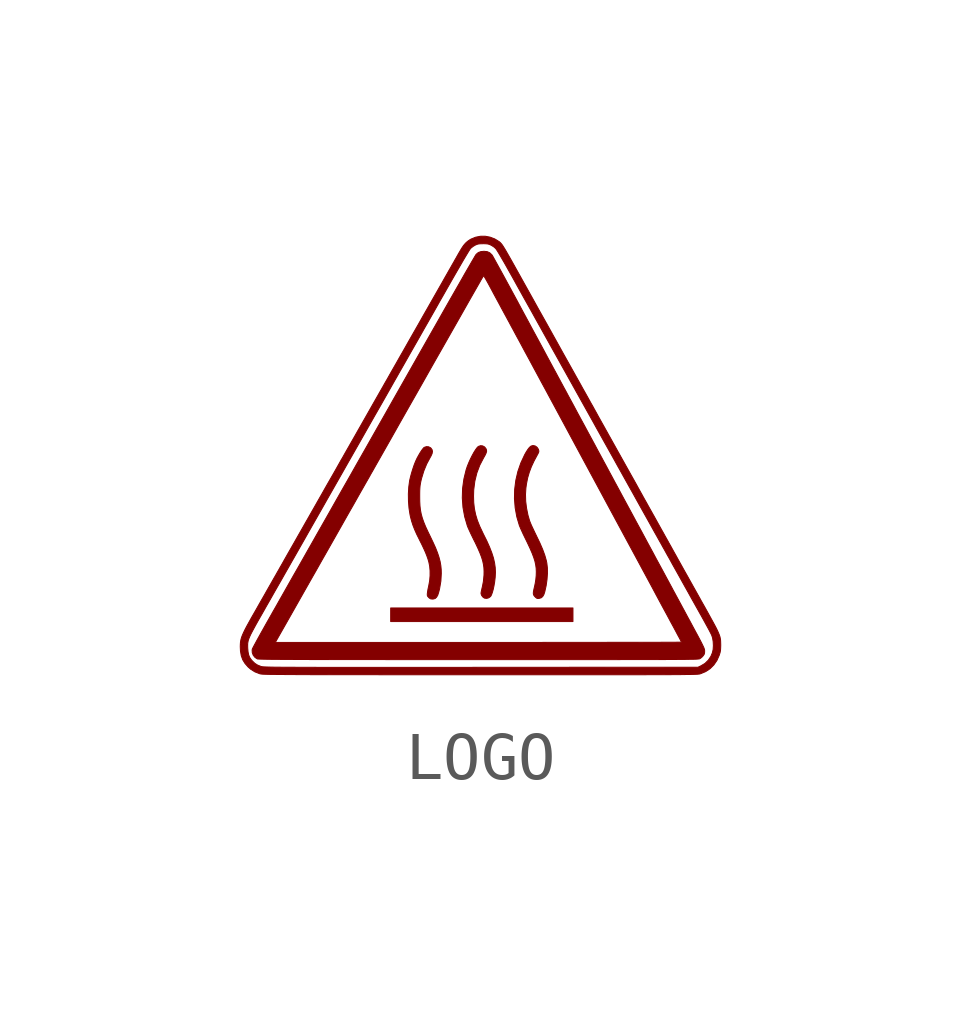
<source format=kicad_sym>
(kicad_symbol_lib
  (version 20220914)
  (generator "bitmap2component")
  (generator_version "8.0")
  (symbol "LOGO"
    (pin_names
      (offset 1.016))
    (property "Reference" "#G"
      (at 0 3.932 0)
      (effects (font (size 1.27 1.27)) hide))
    (symbol "LOGO_0_0"
      (polyline (pts (xy 2.387 -4.566) (xy 2.611 -4.566) (xy 2.82 -4.566) (xy 3.012 -4.566) (xy 3.189 -4.566) (xy 3.352 -4.566) (xy 3.502 -4.565) (xy 3.638 -4.565) (xy 3.762 -4.565) (xy 3.874 -4.564) (xy 3.974 -4.564) (xy 4.065 -4.563) (xy 4.145 -4.563) (xy 4.216 -4.562) (xy 4.278 -4.561) (xy 4.332 -4.561) (xy 4.379 -4.56) (xy 4.419 -4.559) (xy 4.452 -4.558) (xy 4.48 -4.557) (xy 4.503 -4.556) (xy 4.522 -4.555) (xy 4.537 -4.553) (xy 4.549 -4.552) (xy 4.559 -4.551) (xy 4.567 -4.549) (xy 4.573 -4.547) (xy 4.579 -4.545) (xy 4.584 -4.544) (xy 4.689 -4.5) (xy 4.781 -4.439) (xy 4.859 -4.361) (xy 4.923 -4.268) (xy 4.971 -4.16) (xy 4.976 -4.144) (xy 4.989 -4.101) (xy 4.997 -4.061) (xy 5 -4.016) (xy 5.002 -3.957) (xy 5.002 -3.938) (xy 5.001 -3.902) (xy 5 -3.869) (xy 4.998 -3.838) (xy 4.993 -3.808) (xy 4.986 -3.776) (xy 4.974 -3.74) (xy 4.958 -3.7) (xy 4.938 -3.654) (xy 4.912 -3.6) (xy 4.879 -3.537) (xy 4.839 -3.463) (xy 4.791 -3.376) (xy 4.735 -3.274) (xy 4.67 -3.157) (xy 4.594 -3.023) (xy 4.569 -2.977) (xy 4.507 -2.866) (xy 4.442 -2.75) (xy 4.376 -2.632) (xy 4.312 -2.517) (xy 4.251 -2.409) (xy 4.197 -2.312) (xy 4.151 -2.229) (xy 4.117 -2.169) (xy 4.075 -2.092) (xy 4.035 -2.021) (xy 4 -1.958) (xy 3.972 -1.907) (xy 3.951 -1.869) (xy 3.939 -1.849) (xy 3.939 -1.848) (xy 3.924 -1.822) (xy 3.902 -1.781) (xy 3.873 -1.73) (xy 3.84 -1.671) (xy 3.806 -1.609) (xy 3.802 -1.602) (xy 3.768 -1.542) (xy 3.728 -1.47) (xy 3.684 -1.391) (xy 3.637 -1.306) (xy 3.588 -1.219) (xy 3.54 -1.133) (xy 3.494 -1.051) (xy 3.452 -0.975) (xy 3.415 -0.91) (xy 3.386 -0.858) (xy 3.366 -0.821) (xy 3.356 -0.803) (xy 3.333 -0.762) (xy 3.306 -0.713) (xy 3.278 -0.663) (xy 3.271 -0.65) (xy 3.246 -0.604) (xy 3.213 -0.545) (xy 3.175 -0.477) (xy 3.135 -0.406) (xy 3.095 -0.334) (xy 3.091 -0.327) (xy 3.046 -0.247) (xy 2.997 -0.159) (xy 2.947 -0.07) (xy 2.901 0.013) (xy 2.861 0.084) (xy 2.856 0.093) (xy 2.816 0.165) (xy 2.769 0.249) (xy 2.719 0.339) (xy 2.67 0.426) (xy 2.626 0.506) (xy 2.61 0.534) (xy 2.57 0.606) (xy 2.53 0.677) (xy 2.494 0.742) (xy 2.463 0.797) (xy 2.441 0.837) (xy 2.428 0.861) (xy 2.396 0.919) (xy 2.363 0.978) (xy 2.336 1.028) (xy 2.329 1.04) (xy 2.294 1.101) (xy 2.25 1.181) (xy 2.197 1.276) (xy 2.135 1.386) (xy 2.066 1.511) (xy 1.989 1.648) (xy 1.906 1.797) (xy 1.817 1.956) (xy 1.723 2.124) (xy 1.625 2.301) (xy 1.523 2.484) (xy 1.418 2.673) (xy 1.31 2.866) (xy 1.2 3.062) (xy 1.09 3.261) (xy 0.979 3.46) (xy 0.868 3.659) (xy 0.827 3.733) (xy 0.756 3.86) (xy 0.694 3.971) (xy 0.641 4.066) (xy 0.595 4.147) (xy 0.556 4.215) (xy 0.524 4.271) (xy 0.496 4.317) (xy 0.473 4.354) (xy 0.454 4.383) (xy 0.436 4.406) (xy 0.421 4.423) (xy 0.407 4.437) (xy 0.393 4.449) (xy 0.378 4.459) (xy 0.362 4.469) (xy 0.343 4.481) (xy 0.294 4.51) (xy 0.199 4.546) (xy 0.098 4.565) (xy -0.004 4.564) (xy -0.103 4.544) (xy -0.196 4.506) (xy -0.222 4.491) (xy -0.27 4.458) (xy -0.312 4.42) (xy -0.353 4.372) (xy -0.394 4.311) (xy -0.44 4.233) (xy -0.449 4.218) (xy -0.463 4.194) (xy -0.477 4.168) (xy -0.494 4.139) (xy -0.512 4.106) (xy -0.534 4.069) (xy -0.558 4.025) (xy -0.587 3.975) (xy -0.619 3.918) (xy -0.657 3.852) (xy -0.7 3.776) (xy -0.749 3.69) (xy -0.804 3.592) (xy -0.867 3.482) (xy -0.937 3.359) (xy -1.015 3.222) (xy -1.102 3.069) (xy -1.198 2.901) (xy -1.303 2.715) (xy -1.419 2.512) (xy -1.462 2.437) (xy -1.535 2.308) (xy -1.609 2.177) (xy -1.683 2.048) (xy -1.754 1.922) (xy -1.823 1.802) (xy -1.886 1.691) (xy -1.942 1.591) (xy -1.992 1.505) (xy -2.031 1.435) (xy -2.046 1.409) (xy -2.106 1.304) (xy -2.172 1.188) (xy -2.241 1.067) (xy -2.309 0.947) (xy -2.373 0.834) (xy -2.43 0.734) (xy -2.442 0.713) (xy -2.494 0.621) (xy -2.554 0.516) (xy -2.619 0.401) (xy -2.687 0.282) (xy -2.755 0.163) (xy -2.821 0.047) (xy -2.881 -0.06) (xy -2.892 -0.077) (xy -2.955 -0.189) (xy -3.023 -0.31) (xy -3.095 -0.436) (xy -3.167 -0.561) (xy -3.236 -0.682) (xy -3.299 -0.794) (xy -3.355 -0.892) (xy -3.4 -0.971) (xy -3.459 -1.075) (xy -3.52 -1.182) (xy -3.58 -1.288) (xy -3.638 -1.389) (xy -3.689 -1.479) (xy -3.732 -1.555) (xy -3.795 -1.665) (xy -3.881 -1.817) (xy -3.957 -1.95) (xy -4.022 -2.064) (xy -4.076 -2.159) (xy -4.119 -2.236) (xy -4.152 -2.294) (xy -4.175 -2.333) (xy -4.186 -2.354) (xy -4.189 -2.359) (xy -4.206 -2.389) (xy -4.232 -2.434) (xy -4.265 -2.493) (xy -4.305 -2.562) (xy -4.349 -2.64) (xy -4.397 -2.724) (xy -4.447 -2.812) (xy -4.497 -2.901) (xy -4.547 -2.988) (xy -4.595 -3.072) (xy -4.639 -3.15) (xy -4.678 -3.219) (xy -4.702 -3.261) (xy -4.767 -3.374) (xy -4.821 -3.472) (xy -4.867 -3.555) (xy -4.904 -3.626) (xy -4.933 -3.686) (xy -4.956 -3.738) (xy -4.974 -3.784) (xy -4.986 -3.825) (xy -4.994 -3.863) (xy -4.999 -3.901) (xy -5.001 -3.94) (xy -5.001 -3.941) (xy -4.848 -3.941) (xy -4.847 -3.911) (xy -4.842 -3.881) (xy -4.835 -3.849) (xy -4.823 -3.814) (xy -4.806 -3.773) (xy -4.784 -3.725) (xy -4.755 -3.669) (xy -4.719 -3.602) (xy -4.676 -3.523) (xy -4.624 -3.43) (xy -4.562 -3.322) (xy -4.491 -3.197) (xy -4.477 -3.171) (xy -4.439 -3.105) (xy -4.392 -3.023) (xy -4.338 -2.928) (xy -4.277 -2.82) (xy -4.21 -2.703) (xy -4.139 -2.579) (xy -4.066 -2.45) (xy -3.99 -2.317) (xy -3.914 -2.183) (xy -3.838 -2.05) (xy -3.804 -1.99) (xy -3.737 -1.872) (xy -3.668 -1.751) (xy -3.597 -1.625) (xy -3.523 -1.495) (xy -3.445 -1.358) (xy -3.363 -1.214) (xy -3.277 -1.063) (xy -3.186 -0.902) (xy -3.089 -0.732) (xy -2.986 -0.551) (xy -2.876 -0.358) (xy -2.76 -0.153) (xy -2.635 0.066) (xy -2.503 0.298) (xy -2.362 0.547) (xy -2.212 0.811) (xy -2.051 1.092) (xy -1.881 1.392) (xy -1.846 1.454) (xy -1.794 1.546) (xy -1.735 1.649) (xy -1.671 1.762) (xy -1.604 1.879) (xy -1.537 1.997) (xy -1.471 2.114) (xy -1.408 2.224) (xy -1.371 2.289) (xy -1.311 2.394) (xy -1.243 2.514) (xy -1.169 2.645) (xy -1.09 2.783) (xy -1.008 2.927) (xy -0.925 3.073) (xy -0.843 3.219) (xy -0.762 3.36) (xy -0.685 3.496) (xy -0.666 3.529) (xy -0.596 3.652) (xy -0.529 3.769) (xy -0.466 3.878) (xy -0.408 3.978) (xy -0.356 4.068) (xy -0.31 4.145) (xy -0.271 4.21) (xy -0.241 4.259) (xy -0.219 4.293) (xy -0.208 4.309) (xy -0.189 4.326) (xy -0.15 4.356) (xy -0.109 4.38) (xy -0.096 4.386) (xy -0.066 4.398) (xy -0.035 4.405) (xy 0.002 4.408) (xy 0.054 4.409) (xy 0.077 4.409) (xy 0.122 4.407) (xy 0.156 4.403) (xy 0.185 4.394) (xy 0.217 4.38) (xy 0.242 4.366) (xy 0.284 4.338) (xy 0.316 4.309) (xy 0.327 4.295) (xy 0.348 4.263) (xy 0.377 4.216) (xy 0.413 4.155) (xy 0.455 4.083) (xy 0.502 4.002) (xy 0.551 3.915) (xy 0.603 3.822) (xy 0.628 3.778) (xy 0.689 3.669) (xy 0.755 3.549) (xy 0.827 3.42) (xy 0.903 3.283) (xy 0.983 3.14) (xy 1.065 2.994) (xy 1.148 2.844) (xy 1.232 2.694) (xy 1.315 2.544) (xy 1.397 2.397) (xy 1.477 2.253) (xy 1.554 2.116) (xy 1.627 1.985) (xy 1.694 1.864) (xy 1.756 1.754) (xy 1.811 1.655) (xy 1.858 1.571) (xy 1.896 1.503) (xy 1.925 1.452) (xy 1.927 1.446) (xy 1.95 1.407) (xy 1.981 1.35) (xy 2.022 1.277) (xy 2.071 1.189) (xy 2.128 1.087) (xy 2.192 0.972) (xy 2.262 0.847) (xy 2.338 0.711) (xy 2.418 0.566) (xy 2.503 0.414) (xy 2.591 0.256) (xy 2.683 0.092) (xy 2.776 -0.075) (xy 2.87 -0.245) (xy 2.889 -0.278) (xy 2.983 -0.447) (xy 3.076 -0.614) (xy 3.167 -0.776) (xy 3.254 -0.933) (xy 3.338 -1.084) (xy 3.418 -1.227) (xy 3.493 -1.361) (xy 3.562 -1.485) (xy 3.624 -1.597) (xy 3.68 -1.696) (xy 3.727 -1.781) (xy 3.767 -1.851) (xy 3.796 -1.905) (xy 3.817 -1.941) (xy 3.848 -1.997) (xy 3.891 -2.075) (xy 3.941 -2.163) (xy 3.994 -2.26) (xy 4.05 -2.36) (xy 4.106 -2.46) (xy 4.159 -2.555) (xy 4.191 -2.613) (xy 4.254 -2.726) (xy 4.322 -2.847) (xy 4.391 -2.972) (xy 4.46 -3.095) (xy 4.524 -3.209) (xy 4.581 -3.311) (xy 4.587 -3.321) (xy 4.634 -3.406) (xy 4.678 -3.486) (xy 4.719 -3.561) (xy 4.755 -3.627) (xy 4.783 -3.681) (xy 4.804 -3.722) (xy 4.815 -3.746) (xy 4.832 -3.798) (xy 4.845 -3.877) (xy 4.849 -3.96) (xy 4.844 -4.04) (xy 4.828 -4.109) (xy 4.798 -4.181) (xy 4.743 -4.263) (xy 4.674 -4.33) (xy 4.59 -4.38) (xy 4.529 -4.409) (xy 0.011 -4.411) (xy -0.308 -4.412) (xy -0.664 -4.412) (xy -0.999 -4.412) (xy -1.314 -4.412) (xy -1.609 -4.412) (xy -1.886 -4.412) (xy -2.145 -4.412) (xy -2.386 -4.412) (xy -2.611 -4.412) (xy -2.819 -4.412) (xy -3.012 -4.412) (xy -3.19 -4.412) (xy -3.353 -4.412) (xy -3.502 -4.411) (xy -3.639 -4.411) (xy -3.763 -4.411) (xy -3.875 -4.41) (xy -3.976 -4.41) (xy -4.066 -4.41) (xy -4.146 -4.409) (xy -4.217 -4.408) (xy -4.279 -4.408) (xy -4.333 -4.407) (xy -4.38 -4.406) (xy -4.419 -4.405) (xy -4.453 -4.404) (xy -4.48 -4.403) (xy -4.503 -4.402) (xy -4.521 -4.401) (xy -4.536 -4.4) (xy -4.547 -4.398) (xy -4.556 -4.397) (xy -4.563 -4.395) (xy -4.569 -4.394) (xy -4.573 -4.392) (xy -4.641 -4.365) (xy -4.698 -4.329) (xy -4.751 -4.278) (xy -4.777 -4.248) (xy -4.808 -4.201) (xy -4.828 -4.15) (xy -4.84 -4.089) (xy -4.847 -4.012) (xy -4.847 -4.007) (xy -4.848 -3.972) (xy -4.848 -3.941) (xy -5.001 -3.941) (xy -5.002 -3.982) (xy -4.998 -4.073) (xy -4.981 -4.17) (xy -4.95 -4.255) (xy -4.903 -4.331) (xy -4.839 -4.404) (xy -4.785 -4.451) (xy -4.697 -4.506) (xy -4.596 -4.545) (xy -4.591 -4.547) (xy -4.583 -4.548) (xy -4.574 -4.55) (xy -4.563 -4.551) (xy -4.549 -4.553) (xy -4.531 -4.554) (xy -4.508 -4.555) (xy -4.481 -4.556) (xy -4.448 -4.557) (xy -4.409 -4.558) (xy -4.364 -4.559) (xy -4.311 -4.559) (xy -4.25 -4.56) (xy -4.18 -4.561) (xy -4.101 -4.561) (xy -4.012 -4.562) (xy -3.913 -4.562) (xy -3.802 -4.563) (xy -3.68 -4.563) (xy -3.545 -4.564) (xy -3.397 -4.564) (xy -3.236 -4.564) (xy -3.06 -4.565) (xy -2.87 -4.565) (xy -2.664 -4.565) (xy -2.442 -4.565) (xy -2.203 -4.565) (xy -1.947 -4.566) (xy -1.673 -4.566) (xy -1.38 -4.566) (xy -1.067 -4.566) (xy -0.736 -4.566) (xy -0.383 -4.566) (xy -0.009 -4.566) (xy 0.312 -4.566) (xy 0.667 -4.566) (xy 1.002 -4.566) (xy 1.316 -4.566) (xy 1.611 -4.566) (xy 1.888 -4.566) (xy 2.146 -4.566) (xy 2.387 -4.566)) (stroke (width 0.01) (type default)) (fill (type outline)))
      (polyline (pts (xy 2.063 -4.251) (xy 2.312 -4.251) (xy 2.543 -4.251) (xy 2.757 -4.251) (xy 2.956 -4.25) (xy 3.139 -4.25) (xy 3.308 -4.25) (xy 3.463 -4.25) (xy 3.605 -4.25) (xy 3.733 -4.249) (xy 3.85 -4.249) (xy 3.955 -4.248) (xy 4.049 -4.248) (xy 4.133 -4.247) (xy 4.207 -4.247) (xy 4.272 -4.246) (xy 4.328 -4.245) (xy 4.377 -4.244) (xy 4.418 -4.244) (xy 4.453 -4.243) (xy 4.482 -4.242) (xy 4.505 -4.241) (xy 4.524 -4.239) (xy 4.538 -4.238) (xy 4.549 -4.237) (xy 4.557 -4.236) (xy 4.562 -4.234) (xy 4.566 -4.232) (xy 4.575 -4.227) (xy 4.607 -4.203) (xy 4.635 -4.173) (xy 4.636 -4.172) (xy 4.656 -4.143) (xy 4.665 -4.114) (xy 4.667 -4.075) (xy 4.667 -4.068) (xy 4.666 -4.054) (xy 4.663 -4.038) (xy 4.657 -4.02) (xy 4.648 -3.996) (xy 4.634 -3.966) (xy 4.615 -3.927) (xy 4.59 -3.877) (xy 4.558 -3.816) (xy 4.518 -3.741) (xy 4.469 -3.651) (xy 4.411 -3.543) (xy 4.37 -3.466) (xy 4.313 -3.362) (xy 4.258 -3.259) (xy 4.204 -3.159) (xy 4.154 -3.066) (xy 4.109 -2.983) (xy 4.071 -2.913) (xy 4.042 -2.859) (xy 4.016 -2.812) (xy 3.982 -2.747) (xy 3.939 -2.668) (xy 3.89 -2.577) (xy 3.836 -2.477) (xy 3.778 -2.369) (xy 3.717 -2.257) (xy 3.655 -2.143) (xy 3.594 -2.028) (xy 3.48 -1.818) (xy 3.353 -1.581) (xy 3.235 -1.364) (xy 3.128 -1.165) (xy 3.031 -0.986) (xy 2.944 -0.825) (xy 2.868 -0.683) (xy 2.801 -0.56) (xy 2.745 -0.455) (xy 2.699 -0.37) (xy 2.665 -0.307) (xy 2.622 -0.226) (xy 2.57 -0.131) (xy 2.512 -0.023) (xy 2.448 0.095) (xy 2.381 0.221) (xy 2.31 0.352) (xy 2.237 0.487) (xy 2.164 0.623) (xy 2.091 0.757) (xy 2.02 0.888) (xy 1.953 1.014) (xy 1.889 1.132) (xy 1.831 1.239) (xy 1.78 1.335) (xy 1.736 1.415) (xy 1.702 1.479) (xy 1.687 1.506) (xy 1.657 1.562) (xy 1.618 1.634) (xy 1.571 1.722) (xy 1.516 1.823) (xy 1.455 1.936) (xy 1.388 2.06) (xy 1.317 2.193) (xy 1.241 2.334) (xy 1.162 2.48) (xy 1.08 2.631) (xy 0.997 2.786) (xy 0.913 2.941) (xy 0.837 3.082) (xy 0.759 3.228) (xy 0.683 3.368) (xy 0.611 3.501) (xy 0.543 3.626) (xy 0.481 3.74) (xy 0.424 3.844) (xy 0.373 3.937) (xy 0.33 4.015) (xy 0.294 4.08) (xy 0.267 4.129) (xy 0.249 4.161) (xy 0.24 4.175) (xy 0.237 4.178) (xy 0.193 4.22) (xy 0.14 4.244) (xy 0.073 4.251) (xy 0.009 4.245) (xy -0.045 4.226) (xy -0.088 4.19) (xy -0.092 4.186) (xy -0.098 4.177) (xy -0.107 4.162) (xy -0.12 4.141) (xy -0.136 4.113) (xy -0.156 4.079) (xy -0.181 4.037) (xy -0.209 3.988) (xy -0.243 3.929) (xy -0.282 3.862) (xy -0.326 3.786) (xy -0.375 3.699) (xy -0.43 3.602) (xy -0.492 3.494) (xy -0.56 3.375) (xy -0.635 3.244) (xy -0.717 3.1) (xy -0.806 2.943) (xy -0.902 2.773) (xy -1.007 2.589) (xy -1.12 2.39) (xy -1.241 2.177) (xy -1.371 1.948) (xy -1.51 1.703) (xy -1.658 1.442) (xy -1.816 1.164) (xy -1.983 0.868) (xy -2.161 0.555) (xy -2.349 0.223) (xy -2.393 0.145) (xy -2.457 0.033) (xy -2.528 -0.092) (xy -2.607 -0.231) (xy -2.693 -0.384) (xy -2.788 -0.551) (xy -2.893 -0.735) (xy -3.006 -0.934) (xy -3.128 -1.15) (xy -3.26 -1.383) (xy -3.403 -1.634) (xy -3.555 -1.903) (xy -3.556 -1.904) (xy -3.629 -2.033) (xy -3.711 -2.178) (xy -3.799 -2.333) (xy -3.892 -2.495) (xy -3.986 -2.661) (xy -4.079 -2.826) (xy -4.17 -2.986) (xy -4.255 -3.137) (xy -4.334 -3.275) (xy -4.337 -3.281) (xy -4.402 -3.396) (xy -4.465 -3.507) (xy -4.523 -3.611) (xy -4.577 -3.707) (xy -4.625 -3.794) (xy -4.667 -3.87) (xy -4.679 -3.893) (xy -4.272 -3.893) (xy -4.209 -3.781) (xy -4.194 -3.755) (xy -4.049 -3.5) (xy -3.913 -3.26) (xy -3.785 -3.034) (xy -3.662 -2.817) (xy -3.543 -2.607) (xy -3.426 -2.402) (xy -3.311 -2.198) (xy -3.194 -1.993) (xy -3.075 -1.783) (xy -2.952 -1.566) (xy -2.888 -1.453) (xy -2.809 -1.313) (xy -2.73 -1.174) (xy -2.652 -1.038) (xy -2.577 -0.905) (xy -2.506 -0.779) (xy -2.439 -0.662) (xy -2.379 -0.556) (xy -2.325 -0.462) (xy -2.281 -0.383) (xy -2.245 -0.321) (xy -2.216 -0.269) (xy -2.028 0.062) (xy -1.847 0.381) (xy -1.674 0.688) (xy -1.507 0.982) (xy -1.347 1.263) (xy -1.195 1.531) (xy -1.051 1.786) (xy -0.915 2.026) (xy -0.786 2.252) (xy -0.666 2.463) (xy -0.554 2.66) (xy -0.451 2.841) (xy -0.357 3.007) (xy -0.272 3.157) (xy -0.196 3.291) (xy -0.129 3.408) (xy -0.072 3.508) (xy -0.025 3.59) (xy 0.012 3.656) (xy 0.04 3.703) (xy 0.057 3.732) (xy 0.063 3.742) (xy 0.065 3.742) (xy 0.076 3.727) (xy 0.095 3.697) (xy 0.119 3.655) (xy 0.149 3.602) (xy 0.182 3.541) (xy 0.202 3.504) (xy 0.24 3.433) (xy 0.284 3.35) (xy 0.334 3.258) (xy 0.386 3.162) (xy 0.437 3.066) (xy 0.487 2.974) (xy 0.495 2.959) (xy 0.518 2.917) (xy 0.542 2.873) (xy 0.566 2.828) (xy 0.592 2.781) (xy 0.619 2.73) (xy 0.648 2.676) (xy 0.68 2.618) (xy 0.714 2.554) (xy 0.751 2.485) (xy 0.792 2.41) (xy 0.836 2.329) (xy 0.884 2.239) (xy 0.936 2.142) (xy 0.994 2.036) (xy 1.056 1.921) (xy 1.123 1.796) (xy 1.196 1.661) (xy 1.275 1.514) (xy 1.361 1.356) (xy 1.453 1.185) (xy 1.552 1.002) (xy 1.658 0.805) (xy 1.772 0.594) (xy 1.894 0.367) (xy 2.024 0.126) (xy 2.163 -0.132) (xy 2.311 -0.406) (xy 2.468 -0.697) (xy 2.635 -1.007) (xy 2.812 -1.335) (xy 2.925 -1.544) (xy 3.041 -1.759) (xy 3.154 -1.968) (xy 3.263 -2.17) (xy 3.368 -2.365) (xy 3.469 -2.552) (xy 3.565 -2.73) (xy 3.655 -2.899) (xy 3.74 -3.057) (xy 3.819 -3.204) (xy 3.892 -3.338) (xy 3.957 -3.46) (xy 4.016 -3.568) (xy 4.066 -3.662) (xy 4.108 -3.741) (xy 4.142 -3.803) (xy 4.166 -3.849) (xy 4.181 -3.877) (xy 4.186 -3.887) (xy 4.177 -3.888) (xy 4.147 -3.888) (xy 4.097 -3.888) (xy 4.027 -3.889) (xy 3.938 -3.889) (xy 3.831 -3.889) (xy 3.707 -3.89) (xy 3.566 -3.89) (xy 3.409 -3.89) (xy 3.237 -3.891) (xy 3.051 -3.891) (xy 2.851 -3.891) (xy 2.638 -3.891) (xy 2.412 -3.892) (xy 2.175 -3.892) (xy 1.928 -3.892) (xy 1.671 -3.892) (xy 1.404 -3.892) (xy 1.129 -3.893) (xy 0.846 -3.893) (xy 0.555 -3.893) (xy 0.259 -3.893) (xy -0.043 -3.893) (xy -4.272 -3.893) (xy -4.679 -3.893) (xy -4.701 -3.933) (xy -4.727 -3.982) (xy -4.744 -4.015) (xy -4.751 -4.031) (xy -4.755 -4.051) (xy -4.752 -4.106) (xy -4.732 -4.159) (xy -4.696 -4.204) (xy -4.648 -4.236) (xy -4.644 -4.237) (xy -4.633 -4.238) (xy -4.616 -4.239) (xy -4.592 -4.24) (xy -4.56 -4.241) (xy -4.52 -4.242) (xy -4.472 -4.243) (xy -4.414 -4.244) (xy -4.346 -4.245) (xy -4.268 -4.245) (xy -4.178 -4.246) (xy -4.077 -4.247) (xy -3.964 -4.247) (xy -3.838 -4.248) (xy -3.699 -4.248) (xy -3.547 -4.249) (xy -3.379 -4.249) (xy -3.197 -4.249) (xy -2.999 -4.25) (xy -2.785 -4.25) (xy -2.555 -4.25) (xy -2.307 -4.25) (xy -2.042 -4.25) (xy -1.758 -4.251) (xy -1.455 -4.251) (xy -1.133 -4.251) (xy -0.791 -4.251) (xy -0.428 -4.251) (xy -0.043 -4.251) (xy 0.181 -4.251) (xy 0.545 -4.251) (xy 0.888 -4.251) (xy 1.21 -4.251) (xy 1.514 -4.251) (xy 1.798 -4.251) (xy 2.063 -4.251)) (stroke (width 0.01) (type default)) (fill (type outline)))
      (polyline (pts (xy 1.925 -3.316) (xy 1.925 -3.175) (xy 0.027 -3.175) (xy -1.87 -3.175) (xy -1.87 -3.316) (xy -1.87 -3.458) (xy 0.027 -3.458) (xy 1.925 -3.458) (xy 1.925 -3.316)) (stroke (width 0.01) (type default)) (fill (type outline)))
      (polyline (pts (xy -0.982 -2.989) (xy -0.944 -2.978) (xy -0.915 -2.951) (xy -0.89 -2.909) (xy -0.87 -2.846) (xy -0.853 -2.78) (xy -0.825 -2.616) (xy -0.816 -2.457) (xy -0.818 -2.377) (xy -0.826 -2.293) (xy -0.841 -2.208) (xy -0.864 -2.12) (xy -0.895 -2.027) (xy -0.935 -1.924) (xy -0.987 -1.81) (xy -1.049 -1.68) (xy -1.091 -1.594) (xy -1.141 -1.487) (xy -1.18 -1.392) (xy -1.211 -1.304) (xy -1.234 -1.221) (xy -1.25 -1.138) (xy -1.26 -1.052) (xy -1.265 -0.958) (xy -1.266 -0.854) (xy -1.266 -0.8) (xy -1.265 -0.731) (xy -1.262 -0.676) (xy -1.258 -0.629) (xy -1.251 -0.587) (xy -1.243 -0.544) (xy -1.228 -0.48) (xy -1.18 -0.322) (xy -1.12 -0.176) (xy -1.046 -0.038) (xy -1.032 -0.014) (xy -1.008 0.039) (xy -1 0.083) (xy -1.008 0.12) (xy -1.032 0.153) (xy -1.038 0.159) (xy -1.08 0.181) (xy -1.126 0.184) (xy -1.173 0.168) (xy -1.177 0.165) (xy -1.198 0.142) (xy -1.226 0.105) (xy -1.257 0.057) (xy -1.289 0.002) (xy -1.321 -0.056) (xy -1.348 -0.114) (xy -1.359 -0.14) (xy -1.385 -0.207) (xy -1.411 -0.285) (xy -1.436 -0.366) (xy -1.457 -0.444) (xy -1.473 -0.511) (xy -1.476 -0.526) (xy -1.494 -0.659) (xy -1.502 -0.803) (xy -1.5 -0.95) (xy -1.489 -1.095) (xy -1.468 -1.229) (xy -1.458 -1.277) (xy -1.435 -1.365) (xy -1.407 -1.452) (xy -1.372 -1.542) (xy -1.329 -1.639) (xy -1.274 -1.749) (xy -1.271 -1.756) (xy -1.22 -1.857) (xy -1.179 -1.944) (xy -1.145 -2.02) (xy -1.118 -2.088) (xy -1.095 -2.153) (xy -1.076 -2.218) (xy -1.059 -2.302) (xy -1.05 -2.401) (xy -1.05 -2.506) (xy -1.059 -2.611) (xy -1.077 -2.708) (xy -1.081 -2.729) (xy -1.093 -2.782) (xy -1.101 -2.831) (xy -1.106 -2.868) (xy -1.108 -2.888) (xy -1.107 -2.915) (xy -1.098 -2.936) (xy -1.078 -2.957) (xy -1.067 -2.968) (xy -1.038 -2.986) (xy -1.002 -2.99) (xy -0.982 -2.989)) (stroke (width 0.01) (type default)) (fill (type outline)))
      (polyline (pts (xy 0.172 -2.964) (xy 0.208 -2.937) (xy 0.21 -2.936) (xy 0.228 -2.904) (xy 0.246 -2.855) (xy 0.264 -2.792) (xy 0.28 -2.718) (xy 0.294 -2.637) (xy 0.304 -2.552) (xy 0.306 -2.535) (xy 0.311 -2.435) (xy 0.307 -2.337) (xy 0.293 -2.238) (xy 0.27 -2.135) (xy 0.235 -2.026) (xy 0.189 -1.908) (xy 0.131 -1.778) (xy 0.059 -1.634) (xy 0.048 -1.611) (xy -0.016 -1.475) (xy -0.066 -1.349) (xy -0.102 -1.229) (xy -0.127 -1.108) (xy -0.141 -0.983) (xy -0.145 -0.848) (xy -0.141 -0.717) (xy -0.118 -0.536) (xy -0.076 -0.364) (xy -0.015 -0.202) (xy 0.066 -0.047) (xy 0.068 -0.044) (xy 0.099 0.011) (xy 0.118 0.053) (xy 0.127 0.085) (xy 0.125 0.113) (xy 0.115 0.14) (xy 0.086 0.177) (xy 0.046 0.199) (xy 0.002 0.204) (xy -0.042 0.189) (xy -0.048 0.186) (xy -0.074 0.159) (xy -0.105 0.116) (xy -0.14 0.06) (xy -0.176 -0.006) (xy -0.212 -0.078) (xy -0.245 -0.152) (xy -0.275 -0.226) (xy -0.298 -0.296) (xy -0.299 -0.297) (xy -0.346 -0.49) (xy -0.373 -0.686) (xy -0.379 -0.884) (xy -0.365 -1.081) (xy -0.33 -1.274) (xy -0.275 -1.462) (xy -0.273 -1.468) (xy -0.258 -1.505) (xy -0.235 -1.556) (xy -0.207 -1.617) (xy -0.175 -1.683) (xy -0.142 -1.751) (xy -0.106 -1.822) (xy -0.054 -1.933) (xy -0.012 -2.029) (xy 0.021 -2.115) (xy 0.045 -2.193) (xy 0.061 -2.267) (xy 0.071 -2.339) (xy 0.074 -2.412) (xy 0.073 -2.49) (xy 0.072 -2.503) (xy 0.06 -2.625) (xy 0.039 -2.734) (xy 0.031 -2.765) (xy 0.021 -2.812) (xy 0.013 -2.849) (xy 0.011 -2.872) (xy 0.012 -2.881) (xy 0.025 -2.916) (xy 0.05 -2.948) (xy 0.08 -2.969) (xy 0.086 -2.971) (xy 0.128 -2.976) (xy 0.172 -2.964)) (stroke (width 0.01) (type default)) (fill (type outline)))
      (polyline (pts (xy 1.22 -2.976) (xy 1.225 -2.975) (xy 1.265 -2.963) (xy 1.295 -2.937) (xy 1.319 -2.897) (xy 1.339 -2.837) (xy 1.339 -2.836) (xy 1.367 -2.71) (xy 1.385 -2.582) (xy 1.394 -2.458) (xy 1.393 -2.342) (xy 1.381 -2.24) (xy 1.37 -2.187) (xy 1.339 -2.078) (xy 1.294 -1.955) (xy 1.236 -1.821) (xy 1.167 -1.678) (xy 1.158 -1.659) (xy 1.123 -1.587) (xy 1.09 -1.517) (xy 1.06 -1.453) (xy 1.037 -1.398) (xy 1.022 -1.359) (xy 0.988 -1.242) (xy 0.959 -1.099) (xy 0.941 -0.954) (xy 0.937 -0.811) (xy 0.945 -0.679) (xy 0.958 -0.588) (xy 0.982 -0.466) (xy 1.016 -0.35) (xy 1.059 -0.235) (xy 1.115 -0.115) (xy 1.185 0.015) (xy 1.188 0.02) (xy 1.205 0.053) (xy 1.214 0.076) (xy 1.214 0.097) (xy 1.208 0.121) (xy 1.203 0.133) (xy 1.178 0.17) (xy 1.141 0.197) (xy 1.1 0.206) (xy 1.077 0.204) (xy 1.047 0.192) (xy 1.018 0.167) (xy 0.986 0.126) (xy 0.949 0.068) (xy 0.92 0.016) (xy 0.84 -0.155) (xy 0.778 -0.334) (xy 0.735 -0.519) (xy 0.711 -0.709) (xy 0.707 -0.9) (xy 0.722 -1.091) (xy 0.756 -1.278) (xy 0.81 -1.46) (xy 0.817 -1.476) (xy 0.834 -1.517) (xy 0.859 -1.572) (xy 0.888 -1.636) (xy 0.922 -1.706) (xy 0.957 -1.777) (xy 0.979 -1.823) (xy 1.032 -1.936) (xy 1.075 -2.035) (xy 1.108 -2.123) (xy 1.133 -2.202) (xy 1.149 -2.276) (xy 1.159 -2.349) (xy 1.162 -2.422) (xy 1.16 -2.499) (xy 1.159 -2.51) (xy 1.152 -2.582) (xy 1.14 -2.659) (xy 1.126 -2.727) (xy 1.123 -2.738) (xy 1.109 -2.799) (xy 1.101 -2.844) (xy 1.1 -2.877) (xy 1.105 -2.901) (xy 1.117 -2.922) (xy 1.137 -2.944) (xy 1.147 -2.954) (xy 1.17 -2.972) (xy 1.191 -2.978) (xy 1.22 -2.976)) (stroke (width 0.01) (type default)) (fill (type outline))))))
</source>
